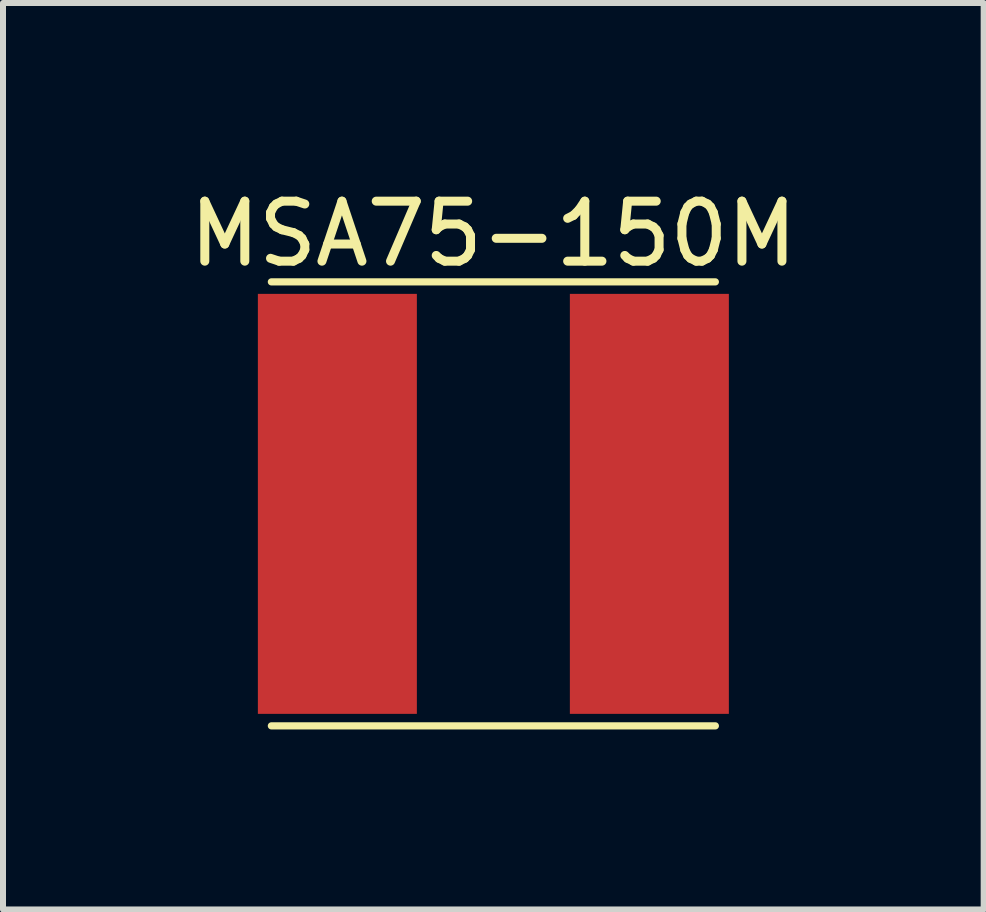
<source format=kicad_pcb>
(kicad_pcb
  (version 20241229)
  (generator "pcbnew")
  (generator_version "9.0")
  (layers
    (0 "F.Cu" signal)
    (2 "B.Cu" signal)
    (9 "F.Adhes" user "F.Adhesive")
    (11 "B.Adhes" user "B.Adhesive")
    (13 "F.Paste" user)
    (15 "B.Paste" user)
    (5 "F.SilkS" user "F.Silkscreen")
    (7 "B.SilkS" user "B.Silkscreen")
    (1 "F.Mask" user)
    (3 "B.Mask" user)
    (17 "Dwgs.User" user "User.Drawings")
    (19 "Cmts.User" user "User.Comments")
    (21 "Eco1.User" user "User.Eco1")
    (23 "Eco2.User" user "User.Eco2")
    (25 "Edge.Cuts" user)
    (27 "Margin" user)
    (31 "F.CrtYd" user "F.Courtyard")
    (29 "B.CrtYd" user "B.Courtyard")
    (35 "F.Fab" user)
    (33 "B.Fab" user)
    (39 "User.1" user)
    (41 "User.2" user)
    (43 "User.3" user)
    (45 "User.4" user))
  (footprint "MSA75-150M"
    (layer "F.Cu")
    (at 5.173 5.348)
    (property "Reference" "MSA75-150M" (at 0 -4.5 0) (layer "F.SilkS") (effects (font (size 1 1) (thickness 0.15))))
    (attr through_hole)
    (fp_line (start -3.7 -3.7) (end 3.7 -3.7) (stroke (width 0.12) (type solid)) (layer "F.SilkS"))
    (fp_line (start 3.7 3.7) (end -3.7 3.7) (stroke (width 0.12) (type solid)) (layer "F.SilkS"))
    (pad "1" smd rect (at -2.6 0) (size 2.65 7) (layers "F.Cu" "F.Mask" "F.Paste"))
    (pad "2" smd rect (at 2.6 0) (size 2.65 7) (layers "F.Cu" "F.Mask" "F.Paste")))
  (gr_rect
    (start -3 -3)
    (end 13.345 12.108)
    (stroke (width 0.1) (type default))
    (fill no)
    (layer "Edge.Cuts")))
</source>
